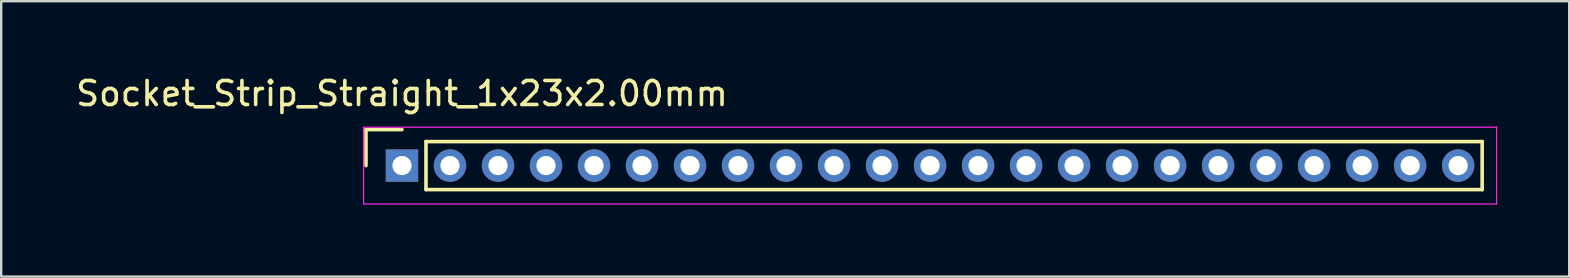
<source format=kicad_pcb>
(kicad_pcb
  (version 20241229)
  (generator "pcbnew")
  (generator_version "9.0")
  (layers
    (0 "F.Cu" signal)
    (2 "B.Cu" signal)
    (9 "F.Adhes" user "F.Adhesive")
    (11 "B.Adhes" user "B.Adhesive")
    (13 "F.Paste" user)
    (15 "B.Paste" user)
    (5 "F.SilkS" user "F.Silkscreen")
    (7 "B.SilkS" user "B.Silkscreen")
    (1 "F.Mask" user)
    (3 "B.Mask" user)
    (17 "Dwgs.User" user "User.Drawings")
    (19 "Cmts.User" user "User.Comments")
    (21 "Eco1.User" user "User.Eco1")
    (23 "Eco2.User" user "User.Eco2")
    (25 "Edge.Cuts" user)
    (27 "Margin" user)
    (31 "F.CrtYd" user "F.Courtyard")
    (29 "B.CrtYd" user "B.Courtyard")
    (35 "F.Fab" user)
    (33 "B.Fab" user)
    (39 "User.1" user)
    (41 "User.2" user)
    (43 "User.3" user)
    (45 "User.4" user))
  (footprint "Socket_Strip_Straight_1x23x2.00mm"
    (layer "F.Cu")
    (at 13.696 3.848)
    (property "Reference" "Socket_Strip_Straight_1x23x2.00mm" (at 0 -3 0) (layer "F.SilkS") (effects (font (size 1 1) (thickness 0.15))))
    (attr through_hole)
    (fp_line (start -1.5 -1.5) (end -1.5 0) (stroke (width 0.15) (type solid)) (layer "F.SilkS"))
    (fp_line (start 0 -1.5) (end -1.5 -1.5) (stroke (width 0.15) (type solid)) (layer "F.SilkS"))
    (fp_line (start 1 -1) (end 1 1) (stroke (width 0.15) (type solid)) (layer "F.SilkS"))
    (fp_line (start 1 1) (end 45 1) (stroke (width 0.15) (type solid)) (layer "F.SilkS"))
    (fp_line (start 45 -1) (end 1 -1) (stroke (width 0.15) (type solid)) (layer "F.SilkS"))
    (fp_line (start 45 1) (end 45 -1) (stroke (width 0.15) (type solid)) (layer "F.SilkS"))
    (fp_line (start -1.6 -1.6) (end -1.6 1.6) (stroke (width 0.05) (type solid)) (layer "F.CrtYd"))
    (fp_line (start -1.6 1.6) (end 45.6 1.6) (stroke (width 0.05) (type solid)) (layer "F.CrtYd"))
    (fp_line (start 45.6 -1.6) (end -1.6 -1.6) (stroke (width 0.05) (type solid)) (layer "F.CrtYd"))
    (fp_line (start 45.6 1.6) (end 45.6 -1.6) (stroke (width 0.05) (type solid)) (layer "F.CrtYd"))
    (pad "1" thru_hole rect (at 0 0) (size 1.35 1.35) (drill 0.8) (layers "*.Cu" "*.Mask"))
    (pad "2" thru_hole circle (at 2 0) (size 1.35 1.35) (drill 0.8) (layers "*.Cu" "*.Mask"))
    (pad "3" thru_hole circle (at 4 0) (size 1.35 1.35) (drill 0.8) (layers "*.Cu" "*.Mask"))
    (pad "4" thru_hole circle (at 6 0) (size 1.35 1.35) (drill 0.8) (layers "*.Cu" "*.Mask"))
    (pad "5" thru_hole circle (at 8 0) (size 1.35 1.35) (drill 0.8) (layers "*.Cu" "*.Mask"))
    (pad "6" thru_hole circle (at 10 0) (size 1.35 1.35) (drill 0.8) (layers "*.Cu" "*.Mask"))
    (pad "7" thru_hole circle (at 12 0) (size 1.35 1.35) (drill 0.8) (layers "*.Cu" "*.Mask"))
    (pad "8" thru_hole circle (at 14 0) (size 1.35 1.35) (drill 0.8) (layers "*.Cu" "*.Mask"))
    (pad "9" thru_hole circle (at 16 0) (size 1.35 1.35) (drill 0.8) (layers "*.Cu" "*.Mask"))
    (pad "10" thru_hole circle (at 18 0) (size 1.35 1.35) (drill 0.8) (layers "*.Cu" "*.Mask"))
    (pad "11" thru_hole circle (at 20 0) (size 1.35 1.35) (drill 0.8) (layers "*.Cu" "*.Mask"))
    (pad "12" thru_hole circle (at 22 0) (size 1.35 1.35) (drill 0.8) (layers "*.Cu" "*.Mask"))
    (pad "13" thru_hole circle (at 24 0) (size 1.35 1.35) (drill 0.8) (layers "*.Cu" "*.Mask"))
    (pad "14" thru_hole circle (at 26 0) (size 1.35 1.35) (drill 0.8) (layers "*.Cu" "*.Mask"))
    (pad "15" thru_hole circle (at 28 0) (size 1.35 1.35) (drill 0.8) (layers "*.Cu" "*.Mask"))
    (pad "16" thru_hole circle (at 30 0) (size 1.35 1.35) (drill 0.8) (layers "*.Cu" "*.Mask"))
    (pad "17" thru_hole circle (at 32 0) (size 1.35 1.35) (drill 0.8) (layers "*.Cu" "*.Mask"))
    (pad "18" thru_hole circle (at 34 0) (size 1.35 1.35) (drill 0.8) (layers "*.Cu" "*.Mask"))
    (pad "19" thru_hole circle (at 36 0) (size 1.35 1.35) (drill 0.8) (layers "*.Cu" "*.Mask"))
    (pad "20" thru_hole circle (at 38 0) (size 1.35 1.35) (drill 0.8) (layers "*.Cu" "*.Mask"))
    (pad "21" thru_hole circle (at 40 0) (size 1.35 1.35) (drill 0.8) (layers "*.Cu" "*.Mask"))
    (pad "22" thru_hole circle (at 42 0) (size 1.35 1.35) (drill 0.8) (layers "*.Cu" "*.Mask"))
    (pad "23" thru_hole circle (at 44 0) (size 1.35 1.35) (drill 0.8) (layers "*.Cu" "*.Mask")))
  (gr_rect
    (start -3 -3)
    (end 62.321 8.473)
    (stroke (width 0.1) (type default))
    (fill no)
    (layer "Edge.Cuts")))
</source>
